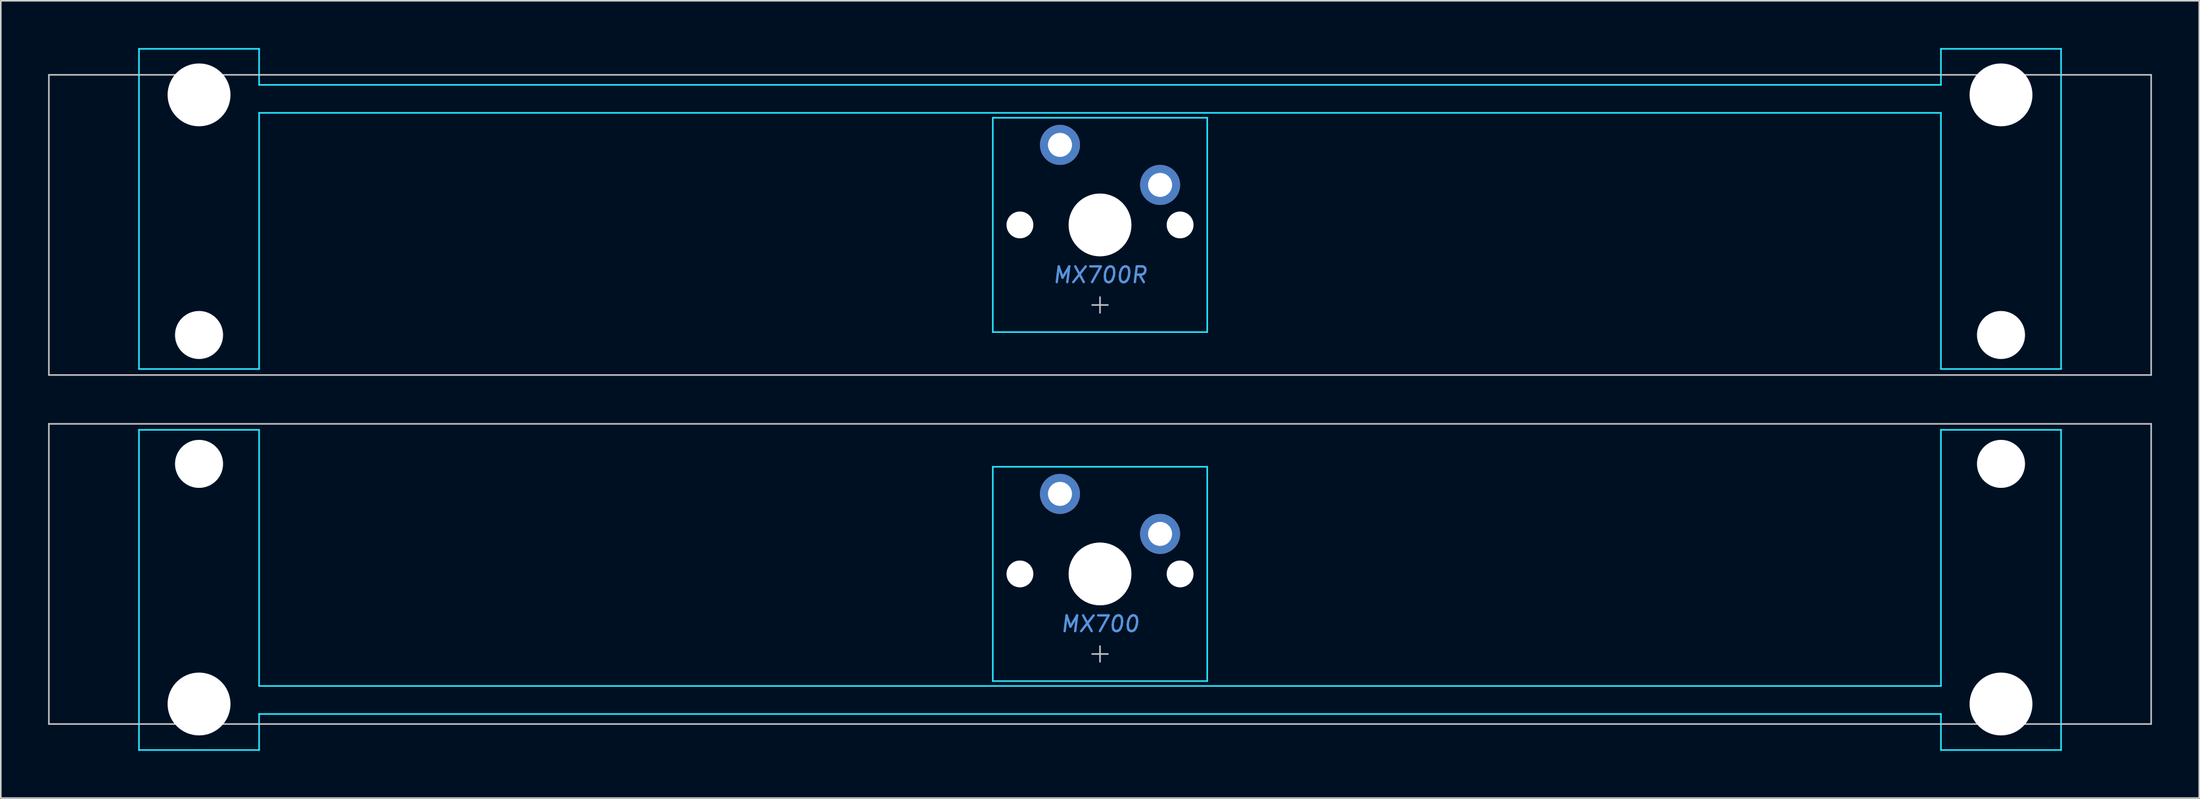
<source format=kicad_pcb>
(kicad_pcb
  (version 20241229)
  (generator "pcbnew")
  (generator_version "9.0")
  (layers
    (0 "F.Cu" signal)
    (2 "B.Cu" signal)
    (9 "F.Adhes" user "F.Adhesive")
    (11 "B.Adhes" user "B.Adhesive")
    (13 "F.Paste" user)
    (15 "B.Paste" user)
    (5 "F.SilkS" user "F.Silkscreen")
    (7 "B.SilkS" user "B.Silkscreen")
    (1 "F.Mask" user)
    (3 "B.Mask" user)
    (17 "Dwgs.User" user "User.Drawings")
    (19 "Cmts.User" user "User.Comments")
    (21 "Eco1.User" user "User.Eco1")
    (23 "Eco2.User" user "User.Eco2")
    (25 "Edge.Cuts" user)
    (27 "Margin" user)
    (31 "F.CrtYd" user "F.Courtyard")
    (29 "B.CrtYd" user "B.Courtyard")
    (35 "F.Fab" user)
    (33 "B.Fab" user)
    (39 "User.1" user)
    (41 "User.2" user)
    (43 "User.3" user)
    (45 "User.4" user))
  (footprint "MX700R"
    (layer "F.Cu")
    (at 66.725 11.226)
    (property "Reference" "MX700R" (at 0 3.175 0) (layer "Cmts.User") (effects (font (size 1 1) (thickness 0.15) (italic yes))))
    (attr through_hole)
    (fp_line (start -66.675 -9.525) (end -66.675 9.525) (stroke (width 0.1) (type solid)) (layer "Dwgs.User"))
    (fp_line (start -66.675 -9.525) (end 66.675 -9.525) (stroke (width 0.1) (type solid)) (layer "Dwgs.User"))
    (fp_line (start -66.675 9.525) (end 66.675 9.525) (stroke (width 0.1) (type solid)) (layer "Dwgs.User"))
    (fp_line (start -0.5 5.08) (end 0.5 5.08) (stroke (width 0.1) (type solid)) (layer "Dwgs.User"))
    (fp_line (start 0 5.58) (end 0 4.58) (stroke (width 0.1) (type solid)) (layer "Dwgs.User"))
    (fp_line (start 66.675 -9.525) (end 66.675 9.525) (stroke (width 0.1) (type solid)) (layer "Dwgs.User"))
    (fp_line (start -60.65 -8.515) (end -60.65 5.485) (stroke (width 0.1) (type solid)) (layer "Eco1.User"))
    (fp_line (start -60.15 -9.015) (end -54.15 -9.015) (stroke (width 0.1) (type solid)) (layer "Eco1.User"))
    (fp_line (start -54.15 5.985) (end -60.15 5.985) (stroke (width 0.1) (type solid)) (layer "Eco1.User"))
    (fp_line (start -53.65 5.485) (end -53.65 -8.515) (stroke (width 0.1) (type solid)) (layer "Eco1.User"))
    (fp_line (start -7 -6.5) (end -7 6.5) (stroke (width 0.1) (type solid)) (layer "Eco1.User"))
    (fp_line (start -6.5 7) (end 6.5 7) (stroke (width 0.1) (type solid)) (layer "Eco1.User"))
    (fp_line (start 6.5 -7) (end -6.5 -7) (stroke (width 0.1) (type solid)) (layer "Eco1.User"))
    (fp_line (start 7 6.5) (end 7 -6.5) (stroke (width 0.1) (type solid)) (layer "Eco1.User"))
    (fp_line (start 53.65 -8.515) (end 53.65 5.485) (stroke (width 0.1) (type solid)) (layer "Eco1.User"))
    (fp_line (start 54.15 -9.015) (end 60.15 -9.015) (stroke (width 0.1) (type solid)) (layer "Eco1.User"))
    (fp_line (start 60.15 5.985) (end 54.15 5.985) (stroke (width 0.1) (type solid)) (layer "Eco1.User"))
    (fp_line (start 60.65 5.485) (end 60.65 -8.515) (stroke (width 0.1) (type solid)) (layer "Eco1.User"))
    (fp_arc (start -60.65 -8.515) (mid -60.503553 -8.868553) (end -60.15 -9.015) (stroke (width 0.1) (type solid)) (layer "Eco1.User"))
    (fp_arc (start -60.15 5.985) (mid -60.503553 5.838553) (end -60.65 5.485) (stroke (width 0.1) (type solid)) (layer "Eco1.User"))
    (fp_arc (start -54.15 -9.015) (mid -53.796447 -8.868553) (end -53.65 -8.515) (stroke (width 0.1) (type solid)) (layer "Eco1.User"))
    (fp_arc (start -53.65 5.485) (mid -53.796447 5.838553) (end -54.15 5.985) (stroke (width 0.1) (type solid)) (layer "Eco1.User"))
    (fp_arc (start -7 -6.5) (mid -6.853553 -6.853553) (end -6.5 -7) (stroke (width 0.1) (type solid)) (layer "Eco1.User"))
    (fp_arc (start -6.5 7) (mid -6.853553 6.853553) (end -7 6.5) (stroke (width 0.1) (type solid)) (layer "Eco1.User"))
    (fp_arc (start 6.5 -7) (mid 6.853553 -6.853553) (end 7 -6.5) (stroke (width 0.1) (type solid)) (layer "Eco1.User"))
    (fp_arc (start 7 6.5) (mid 6.853553 6.853553) (end 6.5 7) (stroke (width 0.1) (type solid)) (layer "Eco1.User"))
    (fp_arc (start 53.65 -8.515) (mid 53.796447 -8.868553) (end 54.15 -9.015) (stroke (width 0.1) (type solid)) (layer "Eco1.User"))
    (fp_arc (start 54.15 5.985) (mid 53.796447 5.838553) (end 53.65 5.485) (stroke (width 0.1) (type solid)) (layer "Eco1.User"))
    (fp_arc (start 60.15 -9.015) (mid 60.503553 -8.868553) (end 60.65 -8.515) (stroke (width 0.1) (type solid)) (layer "Eco1.User"))
    (fp_arc (start 60.65 5.485) (mid 60.503553 5.838553) (end 60.15 5.985) (stroke (width 0.1) (type solid)) (layer "Eco1.User"))
    (fp_line (start -60.96 9.144) (end -60.96 -11.176) (stroke (width 0.1) (type solid)) (layer "B.CrtYd"))
    (fp_line (start -53.34 -11.176) (end -60.96 -11.176) (stroke (width 0.1) (type solid)) (layer "B.CrtYd"))
    (fp_line (start -53.34 -8.89) (end -53.34 -11.176) (stroke (width 0.1) (type solid)) (layer "B.CrtYd"))
    (fp_line (start -53.34 -7.112) (end -53.34 9.144) (stroke (width 0.1) (type solid)) (layer "B.CrtYd"))
    (fp_line (start -53.34 9.144) (end -60.96 9.144) (stroke (width 0.1) (type solid)) (layer "B.CrtYd"))
    (fp_line (start -6.8 -6.8) (end -6.8 6.8) (stroke (width 0.1) (type solid)) (layer "B.CrtYd"))
    (fp_line (start -6.8 -6.8) (end 6.8 -6.8) (stroke (width 0.1) (type solid)) (layer "B.CrtYd"))
    (fp_line (start -6.8 6.8) (end 6.8 6.8) (stroke (width 0.1) (type solid)) (layer "B.CrtYd"))
    (fp_line (start 6.8 6.8) (end 6.8 -6.8) (stroke (width 0.1) (type solid)) (layer "B.CrtYd"))
    (fp_line (start 53.34 -8.89) (end -53.34 -8.89) (stroke (width 0.1) (type solid)) (layer "B.CrtYd"))
    (fp_line (start 53.34 -8.89) (end 53.34 -11.176) (stroke (width 0.1) (type solid)) (layer "B.CrtYd"))
    (fp_line (start 53.34 -7.112) (end -53.34 -7.112) (stroke (width 0.1) (type solid)) (layer "B.CrtYd"))
    (fp_line (start 53.34 -7.112) (end 53.34 9.144) (stroke (width 0.1) (type solid)) (layer "B.CrtYd"))
    (fp_line (start 60.96 -11.176) (end 53.34 -11.176) (stroke (width 0.1) (type solid)) (layer "B.CrtYd"))
    (fp_line (start 60.96 9.144) (end 53.34 9.144) (stroke (width 0.1) (type solid)) (layer "B.CrtYd"))
    (fp_line (start 60.96 9.144) (end 60.96 -11.176) (stroke (width 0.1) (type solid)) (layer "B.CrtYd"))
    (pad "" np_thru_hole circle (at -57.15 -8.255) (size 3.988 3.988) (drill 3.988) (layers "*.Cu" "*.Mask"))
    (pad "" np_thru_hole circle (at -57.15 6.985) (size 3.048 3.048) (drill 3.048) (layers "*.Cu" "*.Mask"))
    (pad "" np_thru_hole circle (at -5.08 0) (size 1.702 1.702) (drill 1.702) (layers "*.Cu" "*.Mask"))
    (pad "" np_thru_hole circle (at 0 0 180) (size 3.988 3.988) (drill 3.988) (layers "*.Cu" "*.Mask"))
    (pad "" np_thru_hole circle (at 5.08 0) (size 1.702 1.702) (drill 1.702) (layers "*.Cu" "*.Mask"))
    (pad "" np_thru_hole circle (at 57.15 -8.255) (size 3.988 3.988) (drill 3.988) (layers "*.Cu" "*.Mask"))
    (pad "" np_thru_hole circle (at 57.15 6.985) (size 3.048 3.048) (drill 3.048) (layers "*.Cu" "*.Mask"))
    (pad "1" thru_hole circle (at -2.54 -5.08) (size 2.54 2.54) (drill 1.524) (layers "*.Cu" "*.Mask"))
    (pad "2" thru_hole circle (at 3.81 -2.54) (size 2.54 2.54) (drill 1.524) (layers "*.Cu" "*.Mask")))
  (footprint "MX700"
    (layer "F.Cu")
    (at 66.725 33.376)
    (property "Reference" "MX700" (at 0 3.175 0) (layer "Cmts.User") (effects (font (size 1 1) (thickness 0.15) (italic yes))))
    (attr through_hole)
    (fp_line (start -66.675 -9.525) (end -66.675 9.525) (stroke (width 0.1) (type solid)) (layer "Dwgs.User"))
    (fp_line (start -66.675 -9.525) (end 66.675 -9.525) (stroke (width 0.1) (type solid)) (layer "Dwgs.User"))
    (fp_line (start -66.675 9.525) (end 66.675 9.525) (stroke (width 0.1) (type solid)) (layer "Dwgs.User"))
    (fp_line (start -0.5 5.08) (end 0.5 5.08) (stroke (width 0.1) (type solid)) (layer "Dwgs.User"))
    (fp_line (start 0 5.58) (end 0 4.58) (stroke (width 0.1) (type solid)) (layer "Dwgs.User"))
    (fp_line (start 66.675 -9.525) (end 66.675 9.525) (stroke (width 0.1) (type solid)) (layer "Dwgs.User"))
    (fp_line (start -60.65 -5.485) (end -60.65 8.515) (stroke (width 0.1) (type solid)) (layer "Eco1.User"))
    (fp_line (start -60.15 -5.985) (end -54.15 -5.985) (stroke (width 0.1) (type solid)) (layer "Eco1.User"))
    (fp_line (start -54.15 9.015) (end -60.15 9.015) (stroke (width 0.1) (type solid)) (layer "Eco1.User"))
    (fp_line (start -53.65 8.515) (end -53.65 -5.485) (stroke (width 0.1) (type solid)) (layer "Eco1.User"))
    (fp_line (start -7 -6.5) (end -7 6.5) (stroke (width 0.1) (type solid)) (layer "Eco1.User"))
    (fp_line (start -6.5 7) (end 6.5 7) (stroke (width 0.1) (type solid)) (layer "Eco1.User"))
    (fp_line (start 6.5 -7) (end -6.5 -7) (stroke (width 0.1) (type solid)) (layer "Eco1.User"))
    (fp_line (start 7 6.5) (end 7 -6.5) (stroke (width 0.1) (type solid)) (layer "Eco1.User"))
    (fp_line (start 53.65 -5.485) (end 53.65 8.515) (stroke (width 0.1) (type solid)) (layer "Eco1.User"))
    (fp_line (start 54.15 -5.985) (end 60.15 -5.985) (stroke (width 0.1) (type solid)) (layer "Eco1.User"))
    (fp_line (start 60.15 9.015) (end 54.15 9.015) (stroke (width 0.1) (type solid)) (layer "Eco1.User"))
    (fp_line (start 60.65 8.515) (end 60.65 -5.485) (stroke (width 0.1) (type solid)) (layer "Eco1.User"))
    (fp_arc (start -60.65 -5.485) (mid -60.503553 -5.838553) (end -60.15 -5.985) (stroke (width 0.1) (type solid)) (layer "Eco1.User"))
    (fp_arc (start -60.15 9.015) (mid -60.503553 8.868553) (end -60.65 8.515) (stroke (width 0.1) (type solid)) (layer "Eco1.User"))
    (fp_arc (start -54.15 -5.985) (mid -53.796447 -5.838553) (end -53.65 -5.485) (stroke (width 0.1) (type solid)) (layer "Eco1.User"))
    (fp_arc (start -53.65 8.515) (mid -53.796447 8.868553) (end -54.15 9.015) (stroke (width 0.1) (type solid)) (layer "Eco1.User"))
    (fp_arc (start -7 -6.5) (mid -6.853553 -6.853553) (end -6.5 -7) (stroke (width 0.1) (type solid)) (layer "Eco1.User"))
    (fp_arc (start -6.5 7) (mid -6.853553 6.853553) (end -7 6.5) (stroke (width 0.1) (type solid)) (layer "Eco1.User"))
    (fp_arc (start 6.5 -7) (mid 6.853553 -6.853553) (end 7 -6.5) (stroke (width 0.1) (type solid)) (layer "Eco1.User"))
    (fp_arc (start 7 6.5) (mid 6.853553 6.853553) (end 6.5 7) (stroke (width 0.1) (type solid)) (layer "Eco1.User"))
    (fp_arc (start 53.65 -5.485) (mid 53.796447 -5.838553) (end 54.15 -5.985) (stroke (width 0.1) (type solid)) (layer "Eco1.User"))
    (fp_arc (start 54.15 9.015) (mid 53.796447 8.868553) (end 53.65 8.515) (stroke (width 0.1) (type solid)) (layer "Eco1.User"))
    (fp_arc (start 60.15 -5.985) (mid 60.503553 -5.838553) (end 60.65 -5.485) (stroke (width 0.1) (type solid)) (layer "Eco1.User"))
    (fp_arc (start 60.65 8.515) (mid 60.503553 8.868553) (end 60.15 9.015) (stroke (width 0.1) (type solid)) (layer "Eco1.User"))
    (fp_line (start -60.96 -9.144) (end -60.96 11.176) (stroke (width 0.1) (type solid)) (layer "B.CrtYd"))
    (fp_line (start -60.96 -9.144) (end -53.34 -9.144) (stroke (width 0.1) (type solid)) (layer "B.CrtYd"))
    (fp_line (start -60.96 11.176) (end -53.34 11.176) (stroke (width 0.1) (type solid)) (layer "B.CrtYd"))
    (fp_line (start -53.34 7.112) (end -53.34 -9.144) (stroke (width 0.1) (type solid)) (layer "B.CrtYd"))
    (fp_line (start -53.34 7.112) (end 53.34 7.112) (stroke (width 0.1) (type solid)) (layer "B.CrtYd"))
    (fp_line (start -53.34 8.89) (end -53.34 11.176) (stroke (width 0.1) (type solid)) (layer "B.CrtYd"))
    (fp_line (start -53.34 8.89) (end 53.34 8.89) (stroke (width 0.1) (type solid)) (layer "B.CrtYd"))
    (fp_line (start -6.8 -6.8) (end -6.8 6.8) (stroke (width 0.1) (type solid)) (layer "B.CrtYd"))
    (fp_line (start -6.8 -6.8) (end 6.8 -6.8) (stroke (width 0.1) (type solid)) (layer "B.CrtYd"))
    (fp_line (start -6.8 6.8) (end 6.8 6.8) (stroke (width 0.1) (type solid)) (layer "B.CrtYd"))
    (fp_line (start 6.8 6.8) (end 6.8 -6.8) (stroke (width 0.1) (type solid)) (layer "B.CrtYd"))
    (fp_line (start 53.34 -9.144) (end 60.96 -9.144) (stroke (width 0.1) (type solid)) (layer "B.CrtYd"))
    (fp_line (start 53.34 7.112) (end 53.34 -9.144) (stroke (width 0.1) (type solid)) (layer "B.CrtYd"))
    (fp_line (start 53.34 8.89) (end 53.34 11.176) (stroke (width 0.1) (type solid)) (layer "B.CrtYd"))
    (fp_line (start 53.34 11.176) (end 60.96 11.176) (stroke (width 0.1) (type solid)) (layer "B.CrtYd"))
    (fp_line (start 60.96 -9.144) (end 60.96 11.176) (stroke (width 0.1) (type solid)) (layer "B.CrtYd"))
    (pad "" np_thru_hole circle (at -57.15 -6.985 180) (size 3.048 3.048) (drill 3.048) (layers "*.Cu" "*.Mask"))
    (pad "" np_thru_hole circle (at -57.15 8.255 180) (size 3.988 3.988) (drill 3.988) (layers "*.Cu" "*.Mask"))
    (pad "" np_thru_hole circle (at -5.08 0) (size 1.702 1.702) (drill 1.702) (layers "*.Cu" "*.Mask"))
    (pad "" np_thru_hole circle (at 0 0) (size 3.988 3.988) (drill 3.988) (layers "*.Cu" "*.Mask"))
    (pad "" np_thru_hole circle (at 5.08 0) (size 1.702 1.702) (drill 1.702) (layers "*.Cu" "*.Mask"))
    (pad "" np_thru_hole circle (at 57.15 -6.985 180) (size 3.048 3.048) (drill 3.048) (layers "*.Cu" "*.Mask"))
    (pad "" np_thru_hole circle (at 57.15 8.255 180) (size 3.988 3.988) (drill 3.988) (layers "*.Cu" "*.Mask"))
    (pad "1" thru_hole circle (at -2.54 -5.08) (size 2.54 2.54) (drill 1.524) (layers "*.Cu" "*.Mask"))
    (pad "2" thru_hole circle (at 3.81 -2.54) (size 2.54 2.54) (drill 1.524) (layers "*.Cu" "*.Mask")))
  (gr_rect
    (start -3 -3)
    (end 136.45 47.602)
    (stroke (width 0.1) (type default))
    (fill no)
    (layer "Edge.Cuts")))
</source>
